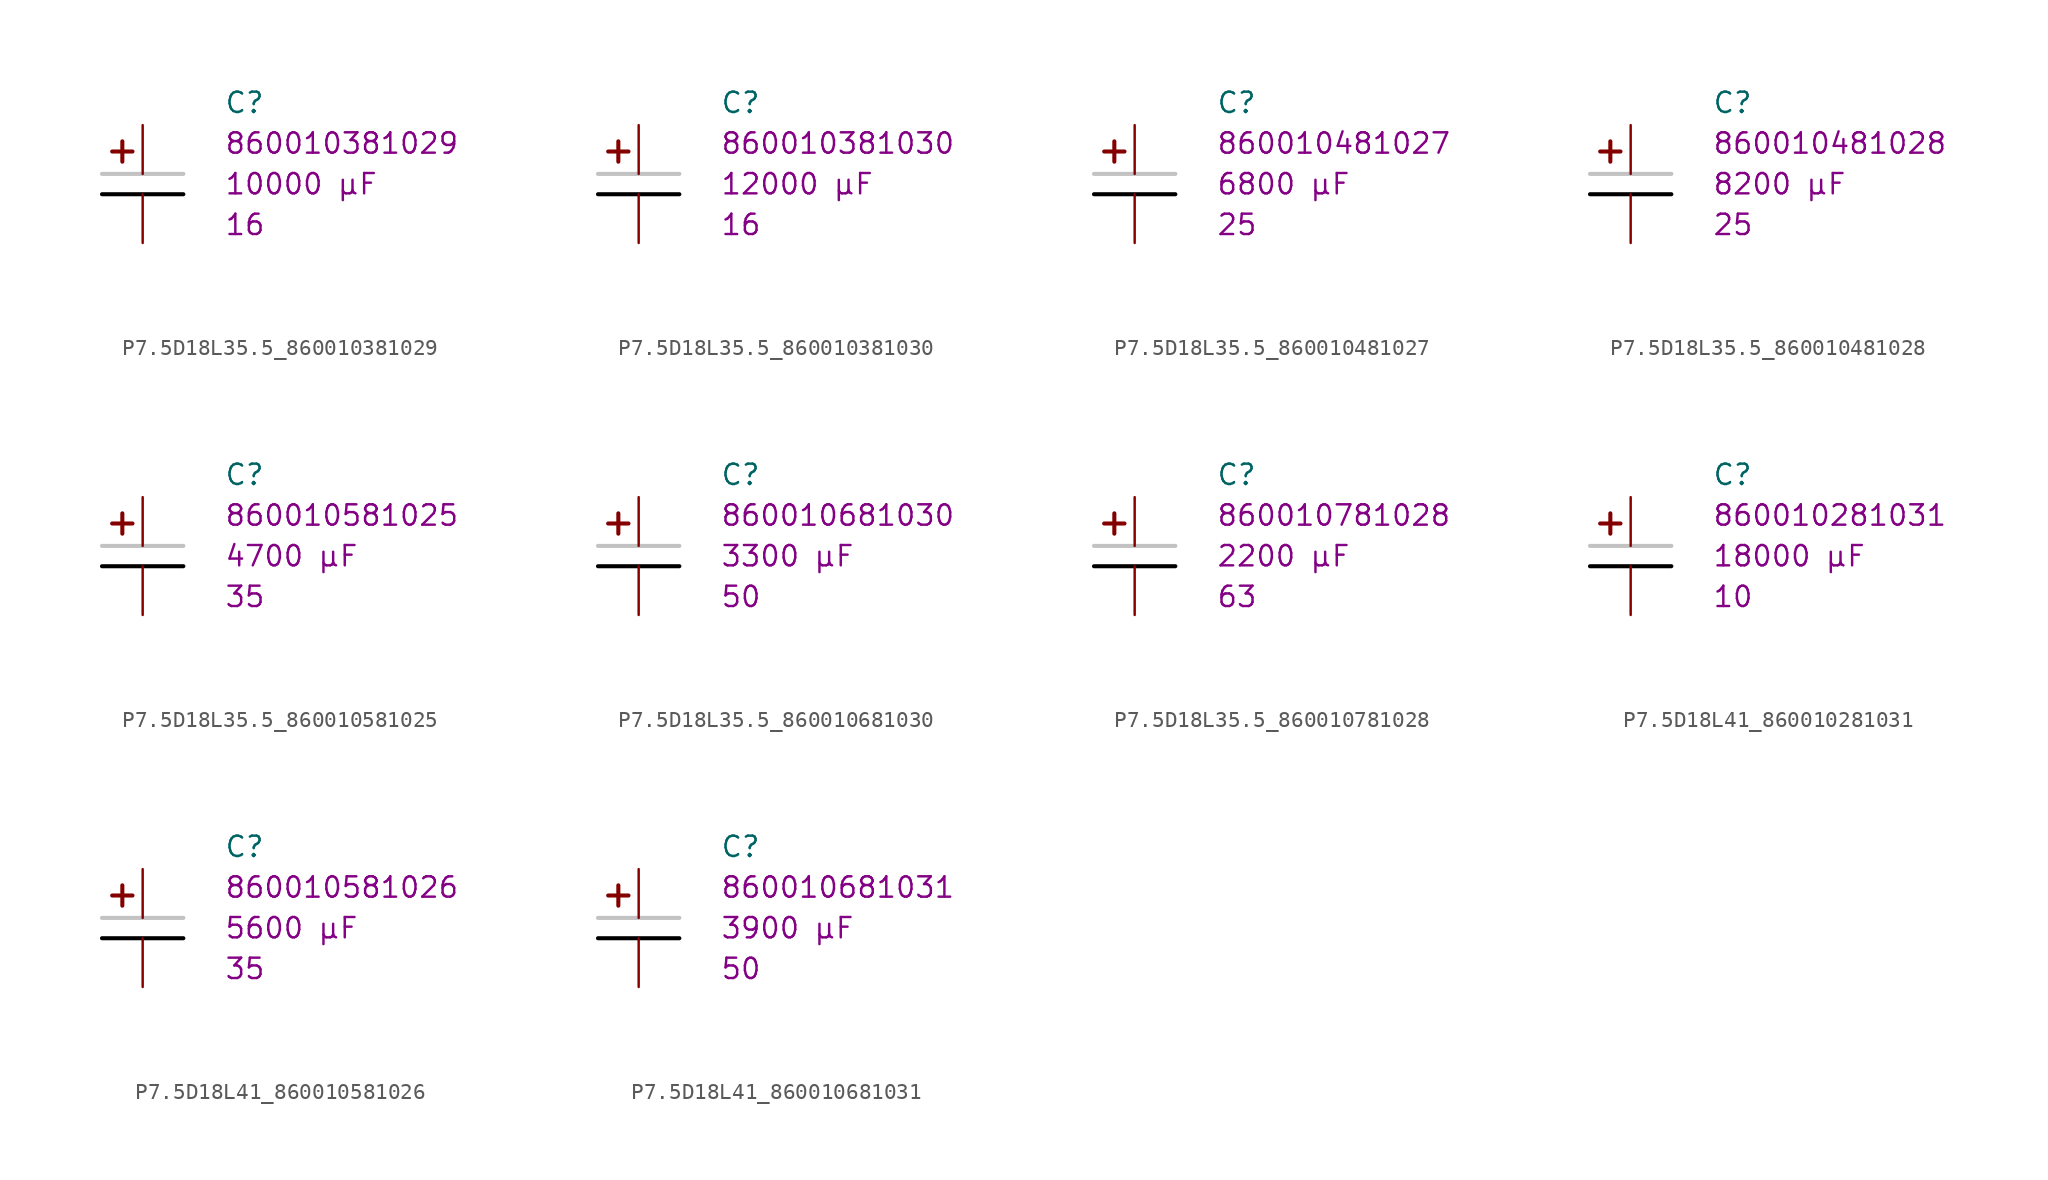
<source format=kicad_sym>
(kicad_symbol_lib
  (version 20220914)
  (generator kicad_symbol_editor)
  (symbol "P7.5D18L35.5_860010381029"
    (pin_numbers hide)
    (pin_names hide)
    (property "Reference" "C"
      (at 5.08 5.08 0)
      (effects (font (size 1.27 1.27)) (justify left)))
    (property "Part Number" "860010381029"
      (at 5.08 2.54 0)
      (effects (font (size 1.27 1.27)) (justify left)))
    (property "Capacitance" "10000 µF"
      (at 5.08 0 0)
      (effects (font (size 1.27 1.27)) (justify left)))
    (property "Voltage" "16"
      (at 5.08 -2.54 0)
      (effects (font (size 1.27 1.27)) (justify left)))
    (property "Critical Parameter" ""
      (at 0 -7.62 0)
      (effects (font (size 1.27 1.27))))
    (symbol "P7.5D18L35.5_860010381029_1_1"
      (polyline (pts (xy -1.27 2.667) (xy -1.27 1.397)) (stroke (width 0.254) (type default)) (fill (type none)))
      (polyline (pts (xy -0.635 2.032) (xy -1.905 2.032)) (stroke (width 0.254) (type default)) (fill (type none)))
      (polyline (pts (xy 2.54 -0.635) (xy -2.54 -0.635)) (stroke (width 0.254) (type default) (color 0 0 0 1)) (fill (type none)))
      (polyline (pts (xy 2.54 0.635) (xy -2.54 0.635)) (stroke (width 0.254) (type default) (color 194 194 194 1)) (fill (type none)))
      (pin passive line (at 0 3.679 270) (length 3.044) (name "1" (effects (font (size 1.27 1.27)))) (number "1" (effects (font (size 1.27 1.27)))))
      (pin passive line (at 0 -3.679 90) (length 3.044) (name "2" (effects (font (size 1.27 1.27)))) (number "2" (effects (font (size 1.27 1.27)))))))
  (symbol "P7.5D18L35.5_860010381030"
    (pin_numbers hide)
    (pin_names hide)
    (property "Reference" "C"
      (at 5.08 5.08 0)
      (effects (font (size 1.27 1.27)) (justify left)))
    (property "Part Number" "860010381030"
      (at 5.08 2.54 0)
      (effects (font (size 1.27 1.27)) (justify left)))
    (property "Capacitance" "12000 µF"
      (at 5.08 0 0)
      (effects (font (size 1.27 1.27)) (justify left)))
    (property "Voltage" "16"
      (at 5.08 -2.54 0)
      (effects (font (size 1.27 1.27)) (justify left)))
    (property "Critical Parameter" ""
      (at 0 -7.62 0)
      (effects (font (size 1.27 1.27))))
    (symbol "P7.5D18L35.5_860010381030_1_1"
      (polyline (pts (xy -1.27 2.667) (xy -1.27 1.397)) (stroke (width 0.254) (type default)) (fill (type none)))
      (polyline (pts (xy -0.635 2.032) (xy -1.905 2.032)) (stroke (width 0.254) (type default)) (fill (type none)))
      (polyline (pts (xy 2.54 -0.635) (xy -2.54 -0.635)) (stroke (width 0.254) (type default) (color 0 0 0 1)) (fill (type none)))
      (polyline (pts (xy 2.54 0.635) (xy -2.54 0.635)) (stroke (width 0.254) (type default) (color 194 194 194 1)) (fill (type none)))
      (pin passive line (at 0 3.679 270) (length 3.044) (name "1" (effects (font (size 1.27 1.27)))) (number "1" (effects (font (size 1.27 1.27)))))
      (pin passive line (at 0 -3.679 90) (length 3.044) (name "2" (effects (font (size 1.27 1.27)))) (number "2" (effects (font (size 1.27 1.27)))))))
  (symbol "P7.5D18L35.5_860010481027"
    (pin_numbers hide)
    (pin_names hide)
    (property "Reference" "C"
      (at 5.08 5.08 0)
      (effects (font (size 1.27 1.27)) (justify left)))
    (property "Part Number" "860010481027"
      (at 5.08 2.54 0)
      (effects (font (size 1.27 1.27)) (justify left)))
    (property "Capacitance" "6800 µF"
      (at 5.08 0 0)
      (effects (font (size 1.27 1.27)) (justify left)))
    (property "Voltage" "25"
      (at 5.08 -2.54 0)
      (effects (font (size 1.27 1.27)) (justify left)))
    (property "Critical Parameter" ""
      (at 0 -7.62 0)
      (effects (font (size 1.27 1.27))))
    (symbol "P7.5D18L35.5_860010481027_1_1"
      (polyline (pts (xy -1.27 2.667) (xy -1.27 1.397)) (stroke (width 0.254) (type default)) (fill (type none)))
      (polyline (pts (xy -0.635 2.032) (xy -1.905 2.032)) (stroke (width 0.254) (type default)) (fill (type none)))
      (polyline (pts (xy 2.54 -0.635) (xy -2.54 -0.635)) (stroke (width 0.254) (type default) (color 0 0 0 1)) (fill (type none)))
      (polyline (pts (xy 2.54 0.635) (xy -2.54 0.635)) (stroke (width 0.254) (type default) (color 194 194 194 1)) (fill (type none)))
      (pin passive line (at 0 3.679 270) (length 3.044) (name "1" (effects (font (size 1.27 1.27)))) (number "1" (effects (font (size 1.27 1.27)))))
      (pin passive line (at 0 -3.679 90) (length 3.044) (name "2" (effects (font (size 1.27 1.27)))) (number "2" (effects (font (size 1.27 1.27)))))))
  (symbol "P7.5D18L35.5_860010481028"
    (pin_numbers hide)
    (pin_names hide)
    (property "Reference" "C"
      (at 5.08 5.08 0)
      (effects (font (size 1.27 1.27)) (justify left)))
    (property "Part Number" "860010481028"
      (at 5.08 2.54 0)
      (effects (font (size 1.27 1.27)) (justify left)))
    (property "Capacitance" "8200 µF"
      (at 5.08 0 0)
      (effects (font (size 1.27 1.27)) (justify left)))
    (property "Voltage" "25"
      (at 5.08 -2.54 0)
      (effects (font (size 1.27 1.27)) (justify left)))
    (property "Critical Parameter" ""
      (at 0 -7.62 0)
      (effects (font (size 1.27 1.27))))
    (symbol "P7.5D18L35.5_860010481028_1_1"
      (polyline (pts (xy -1.27 2.667) (xy -1.27 1.397)) (stroke (width 0.254) (type default)) (fill (type none)))
      (polyline (pts (xy -0.635 2.032) (xy -1.905 2.032)) (stroke (width 0.254) (type default)) (fill (type none)))
      (polyline (pts (xy 2.54 -0.635) (xy -2.54 -0.635)) (stroke (width 0.254) (type default) (color 0 0 0 1)) (fill (type none)))
      (polyline (pts (xy 2.54 0.635) (xy -2.54 0.635)) (stroke (width 0.254) (type default) (color 194 194 194 1)) (fill (type none)))
      (pin passive line (at 0 3.679 270) (length 3.044) (name "1" (effects (font (size 1.27 1.27)))) (number "1" (effects (font (size 1.27 1.27)))))
      (pin passive line (at 0 -3.679 90) (length 3.044) (name "2" (effects (font (size 1.27 1.27)))) (number "2" (effects (font (size 1.27 1.27)))))))
  (symbol "P7.5D18L35.5_860010581025"
    (pin_numbers hide)
    (pin_names hide)
    (property "Reference" "C"
      (at 5.08 5.08 0)
      (effects (font (size 1.27 1.27)) (justify left)))
    (property "Part Number" "860010581025"
      (at 5.08 2.54 0)
      (effects (font (size 1.27 1.27)) (justify left)))
    (property "Capacitance" "4700 µF"
      (at 5.08 0 0)
      (effects (font (size 1.27 1.27)) (justify left)))
    (property "Voltage" "35"
      (at 5.08 -2.54 0)
      (effects (font (size 1.27 1.27)) (justify left)))
    (property "Critical Parameter" ""
      (at 0 -7.62 0)
      (effects (font (size 1.27 1.27))))
    (symbol "P7.5D18L35.5_860010581025_1_1"
      (polyline (pts (xy -1.27 2.667) (xy -1.27 1.397)) (stroke (width 0.254) (type default)) (fill (type none)))
      (polyline (pts (xy -0.635 2.032) (xy -1.905 2.032)) (stroke (width 0.254) (type default)) (fill (type none)))
      (polyline (pts (xy 2.54 -0.635) (xy -2.54 -0.635)) (stroke (width 0.254) (type default) (color 0 0 0 1)) (fill (type none)))
      (polyline (pts (xy 2.54 0.635) (xy -2.54 0.635)) (stroke (width 0.254) (type default) (color 194 194 194 1)) (fill (type none)))
      (pin passive line (at 0 3.679 270) (length 3.044) (name "1" (effects (font (size 1.27 1.27)))) (number "1" (effects (font (size 1.27 1.27)))))
      (pin passive line (at 0 -3.679 90) (length 3.044) (name "2" (effects (font (size 1.27 1.27)))) (number "2" (effects (font (size 1.27 1.27)))))))
  (symbol "P7.5D18L35.5_860010681030"
    (pin_numbers hide)
    (pin_names hide)
    (property "Reference" "C"
      (at 5.08 5.08 0)
      (effects (font (size 1.27 1.27)) (justify left)))
    (property "Part Number" "860010681030"
      (at 5.08 2.54 0)
      (effects (font (size 1.27 1.27)) (justify left)))
    (property "Capacitance" "3300 µF"
      (at 5.08 0 0)
      (effects (font (size 1.27 1.27)) (justify left)))
    (property "Voltage" "50"
      (at 5.08 -2.54 0)
      (effects (font (size 1.27 1.27)) (justify left)))
    (property "Critical Parameter" ""
      (at 0 -7.62 0)
      (effects (font (size 1.27 1.27))))
    (symbol "P7.5D18L35.5_860010681030_1_1"
      (polyline (pts (xy -1.27 2.667) (xy -1.27 1.397)) (stroke (width 0.254) (type default)) (fill (type none)))
      (polyline (pts (xy -0.635 2.032) (xy -1.905 2.032)) (stroke (width 0.254) (type default)) (fill (type none)))
      (polyline (pts (xy 2.54 -0.635) (xy -2.54 -0.635)) (stroke (width 0.254) (type default) (color 0 0 0 1)) (fill (type none)))
      (polyline (pts (xy 2.54 0.635) (xy -2.54 0.635)) (stroke (width 0.254) (type default) (color 194 194 194 1)) (fill (type none)))
      (pin passive line (at 0 3.679 270) (length 3.044) (name "1" (effects (font (size 1.27 1.27)))) (number "1" (effects (font (size 1.27 1.27)))))
      (pin passive line (at 0 -3.679 90) (length 3.044) (name "2" (effects (font (size 1.27 1.27)))) (number "2" (effects (font (size 1.27 1.27)))))))
  (symbol "P7.5D18L35.5_860010781028"
    (pin_numbers hide)
    (pin_names hide)
    (property "Reference" "C"
      (at 5.08 5.08 0)
      (effects (font (size 1.27 1.27)) (justify left)))
    (property "Part Number" "860010781028"
      (at 5.08 2.54 0)
      (effects (font (size 1.27 1.27)) (justify left)))
    (property "Capacitance" "2200 µF"
      (at 5.08 0 0)
      (effects (font (size 1.27 1.27)) (justify left)))
    (property "Voltage" "63"
      (at 5.08 -2.54 0)
      (effects (font (size 1.27 1.27)) (justify left)))
    (property "Critical Parameter" ""
      (at 0 -7.62 0)
      (effects (font (size 1.27 1.27))))
    (symbol "P7.5D18L35.5_860010781028_1_1"
      (polyline (pts (xy -1.27 2.667) (xy -1.27 1.397)) (stroke (width 0.254) (type default)) (fill (type none)))
      (polyline (pts (xy -0.635 2.032) (xy -1.905 2.032)) (stroke (width 0.254) (type default)) (fill (type none)))
      (polyline (pts (xy 2.54 -0.635) (xy -2.54 -0.635)) (stroke (width 0.254) (type default) (color 0 0 0 1)) (fill (type none)))
      (polyline (pts (xy 2.54 0.635) (xy -2.54 0.635)) (stroke (width 0.254) (type default) (color 194 194 194 1)) (fill (type none)))
      (pin passive line (at 0 3.679 270) (length 3.044) (name "1" (effects (font (size 1.27 1.27)))) (number "1" (effects (font (size 1.27 1.27)))))
      (pin passive line (at 0 -3.679 90) (length 3.044) (name "2" (effects (font (size 1.27 1.27)))) (number "2" (effects (font (size 1.27 1.27)))))))
  (symbol "P7.5D18L41_860010281031"
    (pin_numbers hide)
    (pin_names hide)
    (property "Reference" "C"
      (at 5.08 5.08 0)
      (effects (font (size 1.27 1.27)) (justify left)))
    (property "Part Number" "860010281031"
      (at 5.08 2.54 0)
      (effects (font (size 1.27 1.27)) (justify left)))
    (property "Capacitance" "18000 µF"
      (at 5.08 0 0)
      (effects (font (size 1.27 1.27)) (justify left)))
    (property "Voltage" "10"
      (at 5.08 -2.54 0)
      (effects (font (size 1.27 1.27)) (justify left)))
    (property "Critical Parameter" ""
      (at 0 -7.62 0)
      (effects (font (size 1.27 1.27))))
    (symbol "P7.5D18L41_860010281031_1_1"
      (polyline (pts (xy -1.27 2.667) (xy -1.27 1.397)) (stroke (width 0.254) (type default)) (fill (type none)))
      (polyline (pts (xy -0.635 2.032) (xy -1.905 2.032)) (stroke (width 0.254) (type default)) (fill (type none)))
      (polyline (pts (xy 2.54 -0.635) (xy -2.54 -0.635)) (stroke (width 0.254) (type default) (color 0 0 0 1)) (fill (type none)))
      (polyline (pts (xy 2.54 0.635) (xy -2.54 0.635)) (stroke (width 0.254) (type default) (color 194 194 194 1)) (fill (type none)))
      (pin passive line (at 0 3.679 270) (length 3.044) (name "1" (effects (font (size 1.27 1.27)))) (number "1" (effects (font (size 1.27 1.27)))))
      (pin passive line (at 0 -3.679 90) (length 3.044) (name "2" (effects (font (size 1.27 1.27)))) (number "2" (effects (font (size 1.27 1.27)))))))
  (symbol "P7.5D18L41_860010581026"
    (pin_numbers hide)
    (pin_names hide)
    (property "Reference" "C"
      (at 5.08 5.08 0)
      (effects (font (size 1.27 1.27)) (justify left)))
    (property "Part Number" "860010581026"
      (at 5.08 2.54 0)
      (effects (font (size 1.27 1.27)) (justify left)))
    (property "Capacitance" "5600 µF"
      (at 5.08 0 0)
      (effects (font (size 1.27 1.27)) (justify left)))
    (property "Voltage" "35"
      (at 5.08 -2.54 0)
      (effects (font (size 1.27 1.27)) (justify left)))
    (property "Critical Parameter" ""
      (at 0 -7.62 0)
      (effects (font (size 1.27 1.27))))
    (symbol "P7.5D18L41_860010581026_1_1"
      (polyline (pts (xy -1.27 2.667) (xy -1.27 1.397)) (stroke (width 0.254) (type default)) (fill (type none)))
      (polyline (pts (xy -0.635 2.032) (xy -1.905 2.032)) (stroke (width 0.254) (type default)) (fill (type none)))
      (polyline (pts (xy 2.54 -0.635) (xy -2.54 -0.635)) (stroke (width 0.254) (type default) (color 0 0 0 1)) (fill (type none)))
      (polyline (pts (xy 2.54 0.635) (xy -2.54 0.635)) (stroke (width 0.254) (type default) (color 194 194 194 1)) (fill (type none)))
      (pin passive line (at 0 3.679 270) (length 3.044) (name "1" (effects (font (size 1.27 1.27)))) (number "1" (effects (font (size 1.27 1.27)))))
      (pin passive line (at 0 -3.679 90) (length 3.044) (name "2" (effects (font (size 1.27 1.27)))) (number "2" (effects (font (size 1.27 1.27)))))))
  (symbol "P7.5D18L41_860010681031"
    (pin_numbers hide)
    (pin_names hide)
    (property "Reference" "C"
      (at 5.08 5.08 0)
      (effects (font (size 1.27 1.27)) (justify left)))
    (property "Part Number" "860010681031"
      (at 5.08 2.54 0)
      (effects (font (size 1.27 1.27)) (justify left)))
    (property "Capacitance" "3900 µF"
      (at 5.08 0 0)
      (effects (font (size 1.27 1.27)) (justify left)))
    (property "Voltage" "50"
      (at 5.08 -2.54 0)
      (effects (font (size 1.27 1.27)) (justify left)))
    (property "Critical Parameter" ""
      (at 0 -7.62 0)
      (effects (font (size 1.27 1.27))))
    (symbol "P7.5D18L41_860010681031_1_1"
      (polyline (pts (xy -1.27 2.667) (xy -1.27 1.397)) (stroke (width 0.254) (type default)) (fill (type none)))
      (polyline (pts (xy -0.635 2.032) (xy -1.905 2.032)) (stroke (width 0.254) (type default)) (fill (type none)))
      (polyline (pts (xy 2.54 -0.635) (xy -2.54 -0.635)) (stroke (width 0.254) (type default) (color 0 0 0 1)) (fill (type none)))
      (polyline (pts (xy 2.54 0.635) (xy -2.54 0.635)) (stroke (width 0.254) (type default) (color 194 194 194 1)) (fill (type none)))
      (pin passive line (at 0 3.679 270) (length 3.044) (name "1" (effects (font (size 1.27 1.27)))) (number "1" (effects (font (size 1.27 1.27)))))
      (pin passive line (at 0 -3.679 90) (length 3.044) (name "2" (effects (font (size 1.27 1.27)))) (number "2" (effects (font (size 1.27 1.27))))))))
</source>
